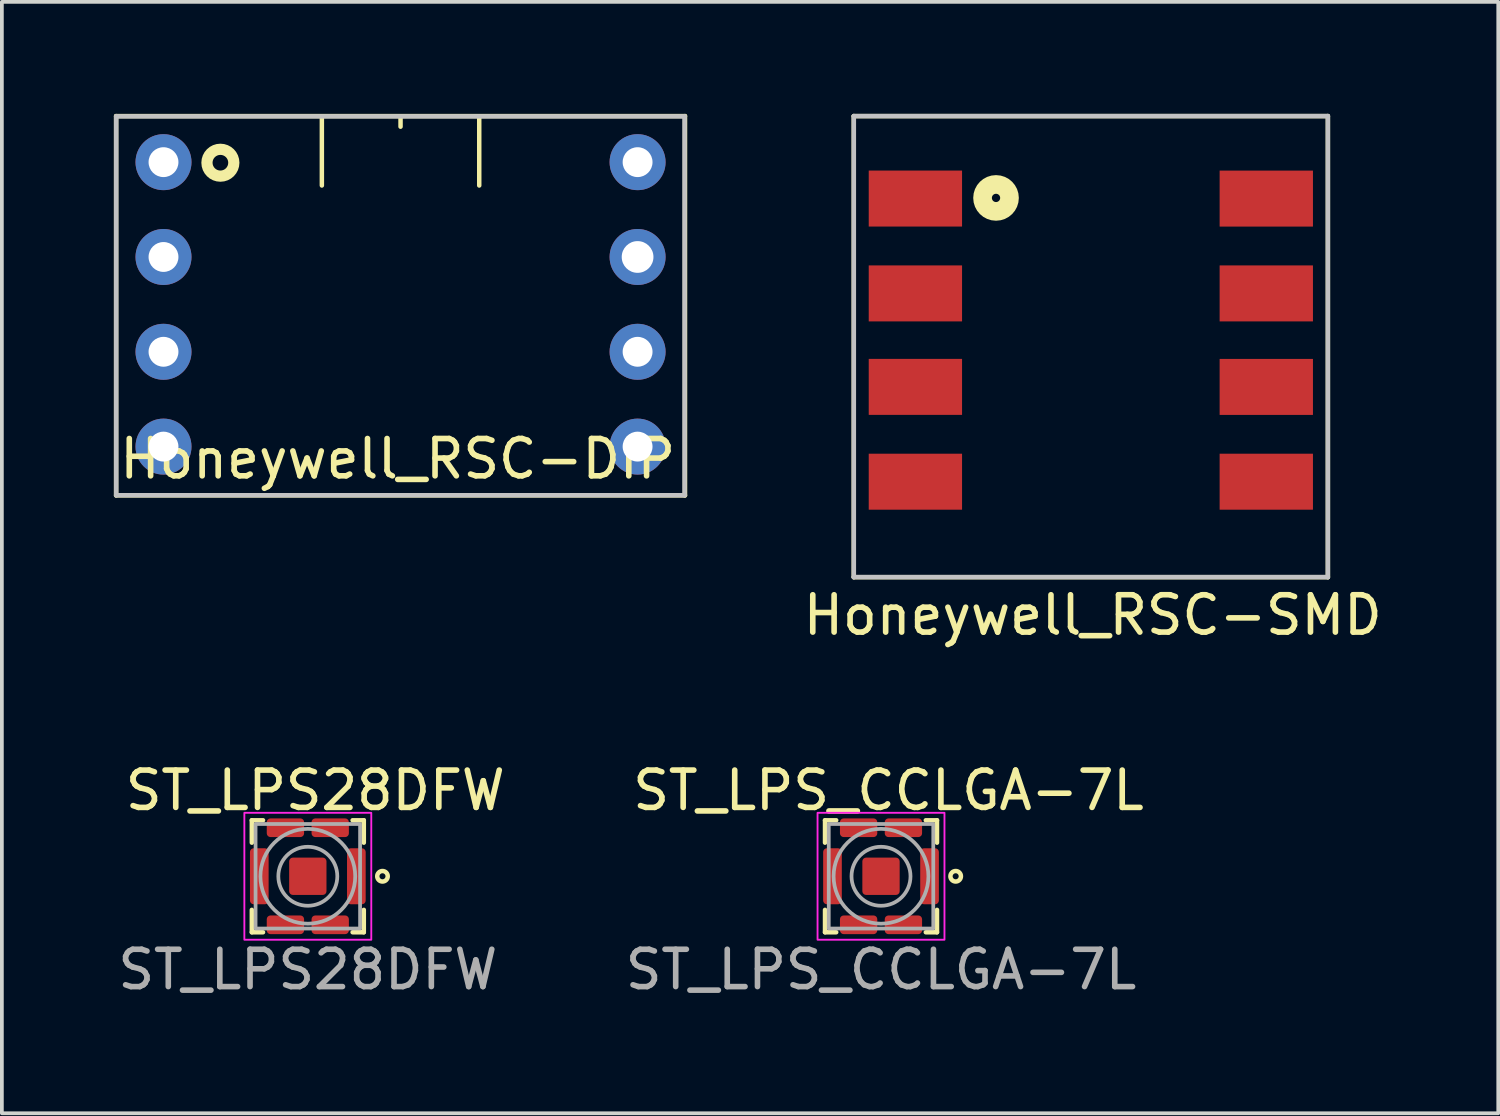
<source format=kicad_pcb>
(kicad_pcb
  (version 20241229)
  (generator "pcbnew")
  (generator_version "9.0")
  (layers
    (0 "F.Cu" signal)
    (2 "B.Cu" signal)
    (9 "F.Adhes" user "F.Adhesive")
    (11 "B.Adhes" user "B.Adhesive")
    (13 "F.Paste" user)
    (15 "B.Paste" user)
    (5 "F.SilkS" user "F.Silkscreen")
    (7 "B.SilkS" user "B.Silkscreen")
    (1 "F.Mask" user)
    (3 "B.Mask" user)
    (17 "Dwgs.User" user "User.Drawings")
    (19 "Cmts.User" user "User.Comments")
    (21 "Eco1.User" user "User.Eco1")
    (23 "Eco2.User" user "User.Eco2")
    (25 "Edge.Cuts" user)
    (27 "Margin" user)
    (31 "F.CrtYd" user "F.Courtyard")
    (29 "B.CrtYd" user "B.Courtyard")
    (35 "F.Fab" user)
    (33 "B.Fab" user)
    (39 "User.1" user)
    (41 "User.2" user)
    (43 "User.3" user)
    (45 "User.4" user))
  (footprint "ST_LPS28DFW"
    (layer "F.Cu")
    (at 5.196 20.424)
    (property "Reference" "ST_LPS28DFW" (at 0.2 -2.3 0) (unlocked yes) (layer "F.SilkS") (effects (font (size 1 1) (thickness 0.15))))
    (attr smd)
    (fp_line (start -1.5 -1.5) (end -1.5 -0.9) (stroke (width 0.12) (type default)) (layer "F.SilkS"))
    (fp_line (start -1.5 -1.5) (end -1.2 -1.5) (stroke (width 0.12) (type default)) (layer "F.SilkS"))
    (fp_line (start -1.5 0.9) (end -1.5 1.5) (stroke (width 0.12) (type default)) (layer "F.SilkS"))
    (fp_line (start -1.2 1.5) (end -1.5 1.5) (stroke (width 0.12) (type default)) (layer "F.SilkS"))
    (fp_line (start 1.2 -1.5) (end 1.5 -1.5) (stroke (width 0.12) (type default)) (layer "F.SilkS"))
    (fp_line (start 1.5 -0.9) (end 1.5 -1.5) (stroke (width 0.12) (type default)) (layer "F.SilkS"))
    (fp_line (start 1.5 1.5) (end 1.2 1.5) (stroke (width 0.12) (type default)) (layer "F.SilkS"))
    (fp_line (start 1.5 1.5) (end 1.5 0.9) (stroke (width 0.12) (type default)) (layer "F.SilkS"))
    (fp_circle (center 2 0) (end 2.141 0) (stroke (width 0.12) (type default)) (fill no) (layer "F.SilkS"))
    (fp_rect (start -1.7 -1.7) (end 1.7 1.7) (stroke (width 0.05) (type default)) (fill no) (layer "F.CrtYd"))
    (fp_rect (start -1.4 -1.4) (end 1.4 1.4) (stroke (width 0.1) (type default)) (fill no) (layer "F.Fab"))
    (fp_circle (center 0 0) (end 0.79 0) (stroke (width 0.1) (type default)) (fill no) (layer "F.Fab"))
    (fp_circle (center 0 0) (end 1.27 0) (stroke (width 0.1) (type default)) (fill no) (layer "F.Fab"))
    (fp_text user "${REFERENCE}" (at 0 2.5 0) (unlocked yes) (layer "F.Fab") (effects (font (size 1 1) (thickness 0.15))))
    (pad "1" smd roundrect (at 1.3 0 90) (size 1.5 0.5) (layers "F.Cu" "F.Mask" "F.Paste") (roundrect_rratio 0.2))
    (pad "2" smd roundrect (at 0.6 -1.3) (size 1 0.5) (layers "F.Cu" "F.Mask" "F.Paste") (roundrect_rratio 0.2))
    (pad "3" smd roundrect (at -0.6 -1.3) (size 1 0.5) (layers "F.Cu" "F.Mask" "F.Paste") (roundrect_rratio 0.2))
    (pad "4" smd roundrect (at -1.3 0 90) (size 1.5 0.5) (layers "F.Cu" "F.Mask" "F.Paste") (roundrect_rratio 0.2))
    (pad "5" smd roundrect (at -0.6 1.3) (size 1 0.5) (layers "F.Cu" "F.Mask" "F.Paste") (roundrect_rratio 0.2))
    (pad "6" smd roundrect (at 0.6 1.3) (size 1 0.5) (layers "F.Cu" "F.Mask" "F.Paste") (roundrect_rratio 0.2))
    (pad "7" smd roundrect (at 0 0) (size 1 1) (layers "F.Cu" "F.Mask" "F.Paste") (roundrect_rratio 0.1)))
  (footprint "Honeywell_RSC-SMD"
    (layer "F.Cu")
    (at 26.272 4.81)
    (property "Reference" "Honeywell_RSC-SMD" (at -0.049 8.618 0) (layer "F.SilkS") (effects (font (size 1 1) (thickness 0.15))))
    (attr through_hole)
    (fp_line (start -6.45 -4.75) (end 6.25 -4.75) (stroke (width 0.12) (type solid)) (layer "F.SilkS"))
    (fp_line (start -6.45 7.602) (end -6.45 -4.75) (stroke (width 0.12) (type solid)) (layer "F.SilkS"))
    (fp_line (start 6.25 -4.75) (end 6.25 7.602) (stroke (width 0.12) (type solid)) (layer "F.SilkS"))
    (fp_line (start 6.25 7.602) (end -6.45 7.602) (stroke (width 0.12) (type solid)) (layer "F.SilkS"))
    (fp_circle (center -2.64 -2.558) (end -2.64 -2.197) (stroke (width 0.5) (type solid)) (fill no) (layer "F.SilkS"))
    (fp_line (start -6.45 -4.75) (end 6.25 -4.75) (stroke (width 0.12) (type solid)) (layer "Dwgs.User"))
    (fp_line (start -6.45 7.6) (end -6.45 -4.75) (stroke (width 0.12) (type solid)) (layer "Dwgs.User"))
    (fp_line (start 6.25 -4.75) (end 6.25 7.6) (stroke (width 0.12) (type solid)) (layer "Dwgs.User"))
    (fp_line (start 6.25 7.6) (end -6.45 7.6) (stroke (width 0.12) (type solid)) (layer "Dwgs.User"))
    (pad "1" smd rect (at -4.8 -2.541 270) (size 1.5 2.5) (layers "F.Cu" "F.Mask" "F.Paste"))
    (pad "2" smd rect (at -4.8 0 270) (size 1.5 2.5) (layers "F.Cu" "F.Mask" "F.Paste"))
    (pad "3" smd rect (at -4.8 2.504 270) (size 1.5 2.5) (layers "F.Cu" "F.Mask" "F.Paste"))
    (pad "4" smd rect (at -4.8 5.044 270) (size 1.5 2.5) (layers "F.Cu" "F.Mask" "F.Paste"))
    (pad "5" smd rect (at 4.6 5.044 270) (size 1.5 2.5) (layers "F.Cu" "F.Mask" "F.Paste"))
    (pad "6" smd rect (at 4.6 2.505 270) (size 1.5 2.5) (layers "F.Cu" "F.Mask" "F.Paste"))
    (pad "7" smd rect (at 4.6 0 270) (size 1.5 2.5) (layers "F.Cu" "F.Mask" "F.Paste"))
    (pad "8" smd rect (at 4.6 -2.54 270) (size 1.5 2.5) (layers "F.Cu" "F.Mask" "F.Paste")))
  (footprint "ST_LPS_CCLGA-7L"
    (layer "F.Cu")
    (at 20.551 20.424)
    (property "Reference" "ST_LPS_CCLGA-7L" (at 0.2 -2.3 0) (unlocked yes) (layer "F.SilkS") (effects (font (size 1 1) (thickness 0.15))))
    (attr smd)
    (fp_line (start -1.5 -1.5) (end -1.5 -0.9) (stroke (width 0.12) (type default)) (layer "F.SilkS"))
    (fp_line (start -1.5 -1.5) (end -1.2 -1.5) (stroke (width 0.12) (type default)) (layer "F.SilkS"))
    (fp_line (start -1.5 0.9) (end -1.5 1.5) (stroke (width 0.12) (type default)) (layer "F.SilkS"))
    (fp_line (start -1.2 1.5) (end -1.5 1.5) (stroke (width 0.12) (type default)) (layer "F.SilkS"))
    (fp_line (start 1.2 -1.5) (end 1.5 -1.5) (stroke (width 0.12) (type default)) (layer "F.SilkS"))
    (fp_line (start 1.5 -0.9) (end 1.5 -1.5) (stroke (width 0.12) (type default)) (layer "F.SilkS"))
    (fp_line (start 1.5 1.5) (end 1.2 1.5) (stroke (width 0.12) (type default)) (layer "F.SilkS"))
    (fp_line (start 1.5 1.5) (end 1.5 0.9) (stroke (width 0.12) (type default)) (layer "F.SilkS"))
    (fp_circle (center 2 0) (end 2.141 0) (stroke (width 0.12) (type default)) (fill no) (layer "F.SilkS"))
    (fp_rect (start -1.7 -1.7) (end 1.7 1.7) (stroke (width 0.05) (type default)) (fill no) (layer "F.CrtYd"))
    (fp_rect (start -1.4 -1.4) (end 1.4 1.4) (stroke (width 0.1) (type default)) (fill no) (layer "F.Fab"))
    (fp_circle (center 0 0) (end 0.79 0) (stroke (width 0.1) (type default)) (fill no) (layer "F.Fab"))
    (fp_circle (center 0 0) (end 1.27 0) (stroke (width 0.1) (type default)) (fill no) (layer "F.Fab"))
    (fp_text user "${REFERENCE}" (at 0 2.5 0) (unlocked yes) (layer "F.Fab") (effects (font (size 1 1) (thickness 0.15))))
    (pad "1" smd roundrect (at 1.3 0 90) (size 1.5 0.5) (layers "F.Cu" "F.Mask" "F.Paste") (roundrect_rratio 0.2))
    (pad "2" smd roundrect (at 0.6 -1.3) (size 1 0.5) (layers "F.Cu" "F.Mask" "F.Paste") (roundrect_rratio 0.2))
    (pad "3" smd roundrect (at -0.6 -1.3) (size 1 0.5) (layers "F.Cu" "F.Mask" "F.Paste") (roundrect_rratio 0.2))
    (pad "4" smd roundrect (at -1.3 0 90) (size 1.5 0.5) (layers "F.Cu" "F.Mask" "F.Paste") (roundrect_rratio 0.2))
    (pad "5" smd roundrect (at -0.6 1.3) (size 1 0.5) (layers "F.Cu" "F.Mask" "F.Paste") (roundrect_rratio 0.2))
    (pad "6" smd roundrect (at 0.6 1.3) (size 1 0.5) (layers "F.Cu" "F.Mask" "F.Paste") (roundrect_rratio 0.2))
    (pad "7" smd roundrect (at 0 0) (size 1 1) (layers "F.Cu" "F.Mask" "F.Paste") (roundrect_rratio 0.1)))
  (footprint "Honeywell_RSC-DIP"
    (layer "F.Cu")
    (at 7.788 5.492)
    (property "Reference" "Honeywell_RSC-DIP" (at -0.184 3.75 0) (layer "F.SilkS") (effects (font (size 1 1) (thickness 0.15))))
    (attr through_hole)
    (fp_line (start -7.728 -5.432) (end -7.728 4.728) (stroke (width 0.12) (type solid)) (layer "F.SilkS"))
    (fp_line (start -7.728 4.728) (end 7.512 4.728) (stroke (width 0.12) (type solid)) (layer "F.SilkS"))
    (fp_line (start -2.216 -5.427) (end -2.216 -3.573) (stroke (width 0.12) (type solid)) (layer "F.SilkS"))
    (fp_line (start -0.108 -5.427) (end -0.108 -5.148) (stroke (width 0.12) (type solid)) (layer "F.SilkS"))
    (fp_line (start 2 -5.427) (end 2 -3.573) (stroke (width 0.12) (type solid)) (layer "F.SilkS"))
    (fp_line (start 7.512 -5.432) (end -7.728 -5.432) (stroke (width 0.12) (type solid)) (layer "F.SilkS"))
    (fp_line (start 7.512 4.728) (end 7.512 -5.432) (stroke (width 0.12) (type solid)) (layer "F.SilkS"))
    (fp_circle (center -4.934 -4.183) (end -4.934 -3.823) (stroke (width 0.3) (type solid)) (fill no) (layer "F.SilkS"))
    (fp_line (start -7.725 -5.425) (end 7.5 -5.425) (stroke (width 0.12) (type solid)) (layer "Dwgs.User"))
    (fp_line (start -7.725 4.725) (end -7.725 -5.425) (stroke (width 0.12) (type solid)) (layer "Dwgs.User"))
    (fp_line (start 7.5 -5.425) (end 7.5 4.725) (stroke (width 0.12) (type solid)) (layer "Dwgs.User"))
    (fp_line (start 7.5 4.725) (end -7.725 4.725) (stroke (width 0.12) (type solid)) (layer "Dwgs.User"))
    (pad "1" thru_hole circle (at -6.458 -4.198 270) (size 1.5 1.5) (drill 0.8) (layers "*.Cu" "*.Mask"))
    (pad "2" thru_hole circle (at -6.458 -1.658 270) (size 1.5 1.5) (drill 0.8) (layers "*.Cu" "*.Mask"))
    (pad "3" thru_hole circle (at -6.458 0.882 270) (size 1.5 1.5) (drill 0.8) (layers "*.Cu" "*.Mask"))
    (pad "4" thru_hole circle (at -6.458 3.422 270) (size 1.5 1.5) (drill 0.8) (layers "*.Cu" "*.Mask"))
    (pad "5" thru_hole circle (at 6.242 3.422 270) (size 1.5 1.5) (drill 0.8) (layers "*.Cu" "*.Mask"))
    (pad "6" thru_hole circle (at 6.242 0.882 270) (size 1.5 1.5) (drill 0.8) (layers "*.Cu" "*.Mask"))
    (pad "7" thru_hole circle (at 6.242 -1.658 270) (size 1.5 1.5) (drill 0.85) (layers "*.Cu" "*.Mask"))
    (pad "8" thru_hole circle (at 6.242 -4.198 270) (size 1.5 1.5) (drill 0.8) (layers "*.Cu" "*.Mask")))
  (gr_rect
    (start -3 -3)
    (end 37.086 26.773)
    (stroke (width 0.1) (type default))
    (fill no)
    (layer "Edge.Cuts")))
</source>
